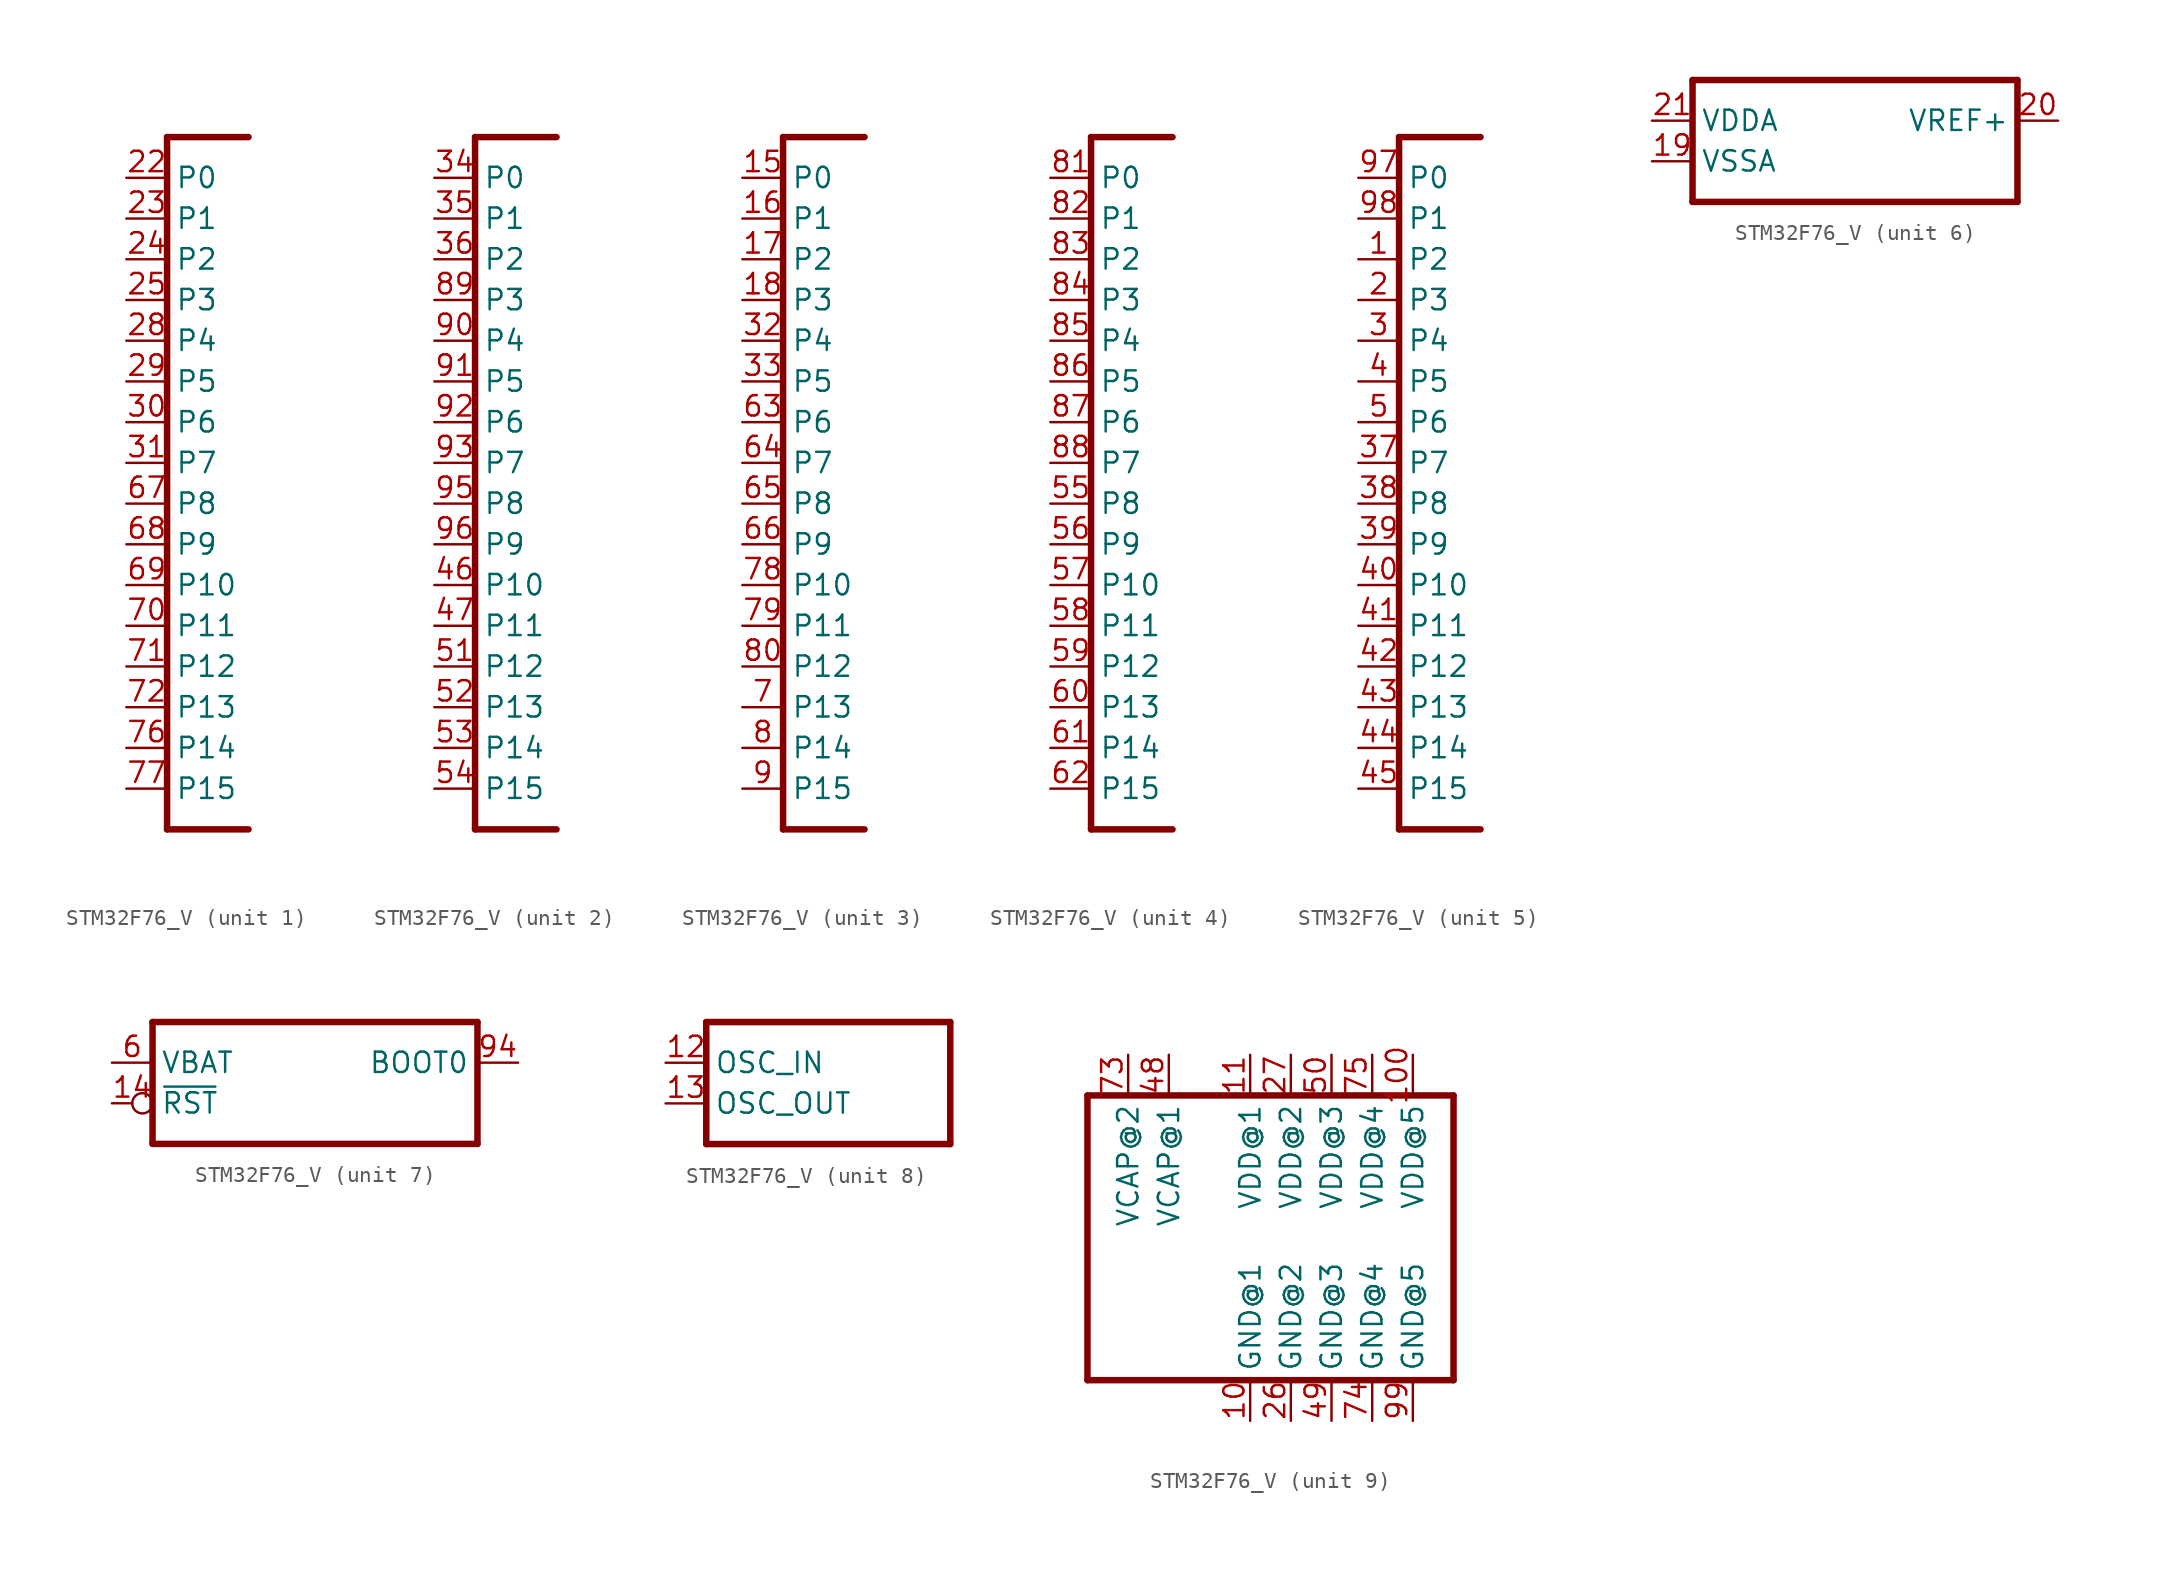
<source format=kicad_sym>
(kicad_symbol_lib
  (version 20231120)
  (generator "kicad_symbol_editor")
  (generator_version "8.0")
  (symbol "STM32F76_V"
    (property "Reference" "IC"
      (at 15.24 -7.62 90)
      (effects (font (size 1.27 1.079)) (justify left bottom) (hide yes)))
    (property "ki_locked" ""
      (at 0 0 0)
      (effects (font (size 1.27 1.27))))
    (symbol "STM32F76_V_1_0"
      (polyline (pts (xy -2.54 -22.86) (xy 2.54 -22.86)) (stroke (width 0.406) (type solid)) (fill (type none)))
      (polyline (pts (xy -2.54 20.32) (xy -2.54 -22.86)) (stroke (width 0.406) (type solid)) (fill (type none)))
      (polyline (pts (xy 2.54 20.32) (xy -2.54 20.32)) (stroke (width 0.406) (type solid)) (fill (type none)))
      (pin bidirectional line (at -5.08 17.78 0) (length 2.54) (name "P0" (effects (font (size 1.27 1.27)))) (number "22" (effects (font (size 1.27 1.27)))))
      (pin bidirectional line (at -5.08 15.24 0) (length 2.54) (name "P1" (effects (font (size 1.27 1.27)))) (number "23" (effects (font (size 1.27 1.27)))))
      (pin bidirectional line (at -5.08 12.7 0) (length 2.54) (name "P2" (effects (font (size 1.27 1.27)))) (number "24" (effects (font (size 1.27 1.27)))))
      (pin bidirectional line (at -5.08 10.16 0) (length 2.54) (name "P3" (effects (font (size 1.27 1.27)))) (number "25" (effects (font (size 1.27 1.27)))))
      (pin bidirectional line (at -5.08 7.62 0) (length 2.54) (name "P4" (effects (font (size 1.27 1.27)))) (number "28" (effects (font (size 1.27 1.27)))))
      (pin bidirectional line (at -5.08 5.08 0) (length 2.54) (name "P5" (effects (font (size 1.27 1.27)))) (number "29" (effects (font (size 1.27 1.27)))))
      (pin bidirectional line (at -5.08 2.54 0) (length 2.54) (name "P6" (effects (font (size 1.27 1.27)))) (number "30" (effects (font (size 1.27 1.27)))))
      (pin bidirectional line (at -5.08 0 0) (length 2.54) (name "P7" (effects (font (size 1.27 1.27)))) (number "31" (effects (font (size 1.27 1.27)))))
      (pin bidirectional line (at -5.08 -2.54 0) (length 2.54) (name "P8" (effects (font (size 1.27 1.27)))) (number "67" (effects (font (size 1.27 1.27)))))
      (pin bidirectional line (at -5.08 -5.08 0) (length 2.54) (name "P9" (effects (font (size 1.27 1.27)))) (number "68" (effects (font (size 1.27 1.27)))))
      (pin bidirectional line (at -5.08 -7.62 0) (length 2.54) (name "P10" (effects (font (size 1.27 1.27)))) (number "69" (effects (font (size 1.27 1.27)))))
      (pin bidirectional line (at -5.08 -10.16 0) (length 2.54) (name "P11" (effects (font (size 1.27 1.27)))) (number "70" (effects (font (size 1.27 1.27)))))
      (pin bidirectional line (at -5.08 -12.7 0) (length 2.54) (name "P12" (effects (font (size 1.27 1.27)))) (number "71" (effects (font (size 1.27 1.27)))))
      (pin bidirectional line (at -5.08 -15.24 0) (length 2.54) (name "P13" (effects (font (size 1.27 1.27)))) (number "72" (effects (font (size 1.27 1.27)))))
      (pin bidirectional line (at -5.08 -17.78 0) (length 2.54) (name "P14" (effects (font (size 1.27 1.27)))) (number "76" (effects (font (size 1.27 1.27)))))
      (pin bidirectional line (at -5.08 -20.32 0) (length 2.54) (name "P15" (effects (font (size 1.27 1.27)))) (number "77" (effects (font (size 1.27 1.27))))))
    (symbol "STM32F76_V_2_0"
      (polyline (pts (xy -2.54 -22.86) (xy 2.54 -22.86)) (stroke (width 0.406) (type solid)) (fill (type none)))
      (polyline (pts (xy -2.54 20.32) (xy -2.54 -22.86)) (stroke (width 0.406) (type solid)) (fill (type none)))
      (polyline (pts (xy 2.54 20.32) (xy -2.54 20.32)) (stroke (width 0.406) (type solid)) (fill (type none)))
      (pin bidirectional line (at -5.08 17.78 0) (length 2.54) (name "P0" (effects (font (size 1.27 1.27)))) (number "34" (effects (font (size 1.27 1.27)))))
      (pin bidirectional line (at -5.08 15.24 0) (length 2.54) (name "P1" (effects (font (size 1.27 1.27)))) (number "35" (effects (font (size 1.27 1.27)))))
      (pin bidirectional line (at -5.08 12.7 0) (length 2.54) (name "P2" (effects (font (size 1.27 1.27)))) (number "36" (effects (font (size 1.27 1.27)))))
      (pin bidirectional line (at -5.08 -7.62 0) (length 2.54) (name "P10" (effects (font (size 1.27 1.27)))) (number "46" (effects (font (size 1.27 1.27)))))
      (pin bidirectional line (at -5.08 -10.16 0) (length 2.54) (name "P11" (effects (font (size 1.27 1.27)))) (number "47" (effects (font (size 1.27 1.27)))))
      (pin bidirectional line (at -5.08 -12.7 0) (length 2.54) (name "P12" (effects (font (size 1.27 1.27)))) (number "51" (effects (font (size 1.27 1.27)))))
      (pin bidirectional line (at -5.08 -15.24 0) (length 2.54) (name "P13" (effects (font (size 1.27 1.27)))) (number "52" (effects (font (size 1.27 1.27)))))
      (pin bidirectional line (at -5.08 -17.78 0) (length 2.54) (name "P14" (effects (font (size 1.27 1.27)))) (number "53" (effects (font (size 1.27 1.27)))))
      (pin bidirectional line (at -5.08 -20.32 0) (length 2.54) (name "P15" (effects (font (size 1.27 1.27)))) (number "54" (effects (font (size 1.27 1.27)))))
      (pin bidirectional line (at -5.08 10.16 0) (length 2.54) (name "P3" (effects (font (size 1.27 1.27)))) (number "89" (effects (font (size 1.27 1.27)))))
      (pin bidirectional line (at -5.08 7.62 0) (length 2.54) (name "P4" (effects (font (size 1.27 1.27)))) (number "90" (effects (font (size 1.27 1.27)))))
      (pin bidirectional line (at -5.08 5.08 0) (length 2.54) (name "P5" (effects (font (size 1.27 1.27)))) (number "91" (effects (font (size 1.27 1.27)))))
      (pin bidirectional line (at -5.08 2.54 0) (length 2.54) (name "P6" (effects (font (size 1.27 1.27)))) (number "92" (effects (font (size 1.27 1.27)))))
      (pin bidirectional line (at -5.08 0 0) (length 2.54) (name "P7" (effects (font (size 1.27 1.27)))) (number "93" (effects (font (size 1.27 1.27)))))
      (pin bidirectional line (at -5.08 -2.54 0) (length 2.54) (name "P8" (effects (font (size 1.27 1.27)))) (number "95" (effects (font (size 1.27 1.27)))))
      (pin bidirectional line (at -5.08 -5.08 0) (length 2.54) (name "P9" (effects (font (size 1.27 1.27)))) (number "96" (effects (font (size 1.27 1.27))))))
    (symbol "STM32F76_V_3_0"
      (polyline (pts (xy -2.54 -22.86) (xy 2.54 -22.86)) (stroke (width 0.406) (type solid)) (fill (type none)))
      (polyline (pts (xy -2.54 20.32) (xy -2.54 -22.86)) (stroke (width 0.406) (type solid)) (fill (type none)))
      (polyline (pts (xy 2.54 20.32) (xy -2.54 20.32)) (stroke (width 0.406) (type solid)) (fill (type none)))
      (pin bidirectional line (at -5.08 17.78 0) (length 2.54) (name "P0" (effects (font (size 1.27 1.27)))) (number "15" (effects (font (size 1.27 1.27)))))
      (pin bidirectional line (at -5.08 15.24 0) (length 2.54) (name "P1" (effects (font (size 1.27 1.27)))) (number "16" (effects (font (size 1.27 1.27)))))
      (pin bidirectional line (at -5.08 12.7 0) (length 2.54) (name "P2" (effects (font (size 1.27 1.27)))) (number "17" (effects (font (size 1.27 1.27)))))
      (pin bidirectional line (at -5.08 10.16 0) (length 2.54) (name "P3" (effects (font (size 1.27 1.27)))) (number "18" (effects (font (size 1.27 1.27)))))
      (pin bidirectional line (at -5.08 7.62 0) (length 2.54) (name "P4" (effects (font (size 1.27 1.27)))) (number "32" (effects (font (size 1.27 1.27)))))
      (pin bidirectional line (at -5.08 5.08 0) (length 2.54) (name "P5" (effects (font (size 1.27 1.27)))) (number "33" (effects (font (size 1.27 1.27)))))
      (pin bidirectional line (at -5.08 2.54 0) (length 2.54) (name "P6" (effects (font (size 1.27 1.27)))) (number "63" (effects (font (size 1.27 1.27)))))
      (pin bidirectional line (at -5.08 0 0) (length 2.54) (name "P7" (effects (font (size 1.27 1.27)))) (number "64" (effects (font (size 1.27 1.27)))))
      (pin bidirectional line (at -5.08 -2.54 0) (length 2.54) (name "P8" (effects (font (size 1.27 1.27)))) (number "65" (effects (font (size 1.27 1.27)))))
      (pin bidirectional line (at -5.08 -5.08 0) (length 2.54) (name "P9" (effects (font (size 1.27 1.27)))) (number "66" (effects (font (size 1.27 1.27)))))
      (pin bidirectional line (at -5.08 -15.24 0) (length 2.54) (name "P13" (effects (font (size 1.27 1.27)))) (number "7" (effects (font (size 1.27 1.27)))))
      (pin bidirectional line (at -5.08 -7.62 0) (length 2.54) (name "P10" (effects (font (size 1.27 1.27)))) (number "78" (effects (font (size 1.27 1.27)))))
      (pin bidirectional line (at -5.08 -10.16 0) (length 2.54) (name "P11" (effects (font (size 1.27 1.27)))) (number "79" (effects (font (size 1.27 1.27)))))
      (pin bidirectional line (at -5.08 -17.78 0) (length 2.54) (name "P14" (effects (font (size 1.27 1.27)))) (number "8" (effects (font (size 1.27 1.27)))))
      (pin bidirectional line (at -5.08 -12.7 0) (length 2.54) (name "P12" (effects (font (size 1.27 1.27)))) (number "80" (effects (font (size 1.27 1.27)))))
      (pin bidirectional line (at -5.08 -20.32 0) (length 2.54) (name "P15" (effects (font (size 1.27 1.27)))) (number "9" (effects (font (size 1.27 1.27))))))
    (symbol "STM32F76_V_4_0"
      (polyline (pts (xy -2.54 -22.86) (xy 2.54 -22.86)) (stroke (width 0.406) (type solid)) (fill (type none)))
      (polyline (pts (xy -2.54 20.32) (xy -2.54 -22.86)) (stroke (width 0.406) (type solid)) (fill (type none)))
      (polyline (pts (xy 2.54 20.32) (xy -2.54 20.32)) (stroke (width 0.406) (type solid)) (fill (type none)))
      (pin bidirectional line (at -5.08 -2.54 0) (length 2.54) (name "P8" (effects (font (size 1.27 1.27)))) (number "55" (effects (font (size 1.27 1.27)))))
      (pin bidirectional line (at -5.08 -5.08 0) (length 2.54) (name "P9" (effects (font (size 1.27 1.27)))) (number "56" (effects (font (size 1.27 1.27)))))
      (pin bidirectional line (at -5.08 -7.62 0) (length 2.54) (name "P10" (effects (font (size 1.27 1.27)))) (number "57" (effects (font (size 1.27 1.27)))))
      (pin bidirectional line (at -5.08 -10.16 0) (length 2.54) (name "P11" (effects (font (size 1.27 1.27)))) (number "58" (effects (font (size 1.27 1.27)))))
      (pin bidirectional line (at -5.08 -12.7 0) (length 2.54) (name "P12" (effects (font (size 1.27 1.27)))) (number "59" (effects (font (size 1.27 1.27)))))
      (pin bidirectional line (at -5.08 -15.24 0) (length 2.54) (name "P13" (effects (font (size 1.27 1.27)))) (number "60" (effects (font (size 1.27 1.27)))))
      (pin bidirectional line (at -5.08 -17.78 0) (length 2.54) (name "P14" (effects (font (size 1.27 1.27)))) (number "61" (effects (font (size 1.27 1.27)))))
      (pin bidirectional line (at -5.08 -20.32 0) (length 2.54) (name "P15" (effects (font (size 1.27 1.27)))) (number "62" (effects (font (size 1.27 1.27)))))
      (pin bidirectional line (at -5.08 17.78 0) (length 2.54) (name "P0" (effects (font (size 1.27 1.27)))) (number "81" (effects (font (size 1.27 1.27)))))
      (pin bidirectional line (at -5.08 15.24 0) (length 2.54) (name "P1" (effects (font (size 1.27 1.27)))) (number "82" (effects (font (size 1.27 1.27)))))
      (pin bidirectional line (at -5.08 12.7 0) (length 2.54) (name "P2" (effects (font (size 1.27 1.27)))) (number "83" (effects (font (size 1.27 1.27)))))
      (pin bidirectional line (at -5.08 10.16 0) (length 2.54) (name "P3" (effects (font (size 1.27 1.27)))) (number "84" (effects (font (size 1.27 1.27)))))
      (pin bidirectional line (at -5.08 7.62 0) (length 2.54) (name "P4" (effects (font (size 1.27 1.27)))) (number "85" (effects (font (size 1.27 1.27)))))
      (pin bidirectional line (at -5.08 5.08 0) (length 2.54) (name "P5" (effects (font (size 1.27 1.27)))) (number "86" (effects (font (size 1.27 1.27)))))
      (pin bidirectional line (at -5.08 2.54 0) (length 2.54) (name "P6" (effects (font (size 1.27 1.27)))) (number "87" (effects (font (size 1.27 1.27)))))
      (pin bidirectional line (at -5.08 0 0) (length 2.54) (name "P7" (effects (font (size 1.27 1.27)))) (number "88" (effects (font (size 1.27 1.27))))))
    (symbol "STM32F76_V_5_0"
      (polyline (pts (xy -2.54 -22.86) (xy 2.54 -22.86)) (stroke (width 0.406) (type solid)) (fill (type none)))
      (polyline (pts (xy -2.54 20.32) (xy -2.54 -22.86)) (stroke (width 0.406) (type solid)) (fill (type none)))
      (polyline (pts (xy 2.54 20.32) (xy -2.54 20.32)) (stroke (width 0.406) (type solid)) (fill (type none)))
      (pin bidirectional line (at -5.08 12.7 0) (length 2.54) (name "P2" (effects (font (size 1.27 1.27)))) (number "1" (effects (font (size 1.27 1.27)))))
      (pin bidirectional line (at -5.08 10.16 0) (length 2.54) (name "P3" (effects (font (size 1.27 1.27)))) (number "2" (effects (font (size 1.27 1.27)))))
      (pin bidirectional line (at -5.08 7.62 0) (length 2.54) (name "P4" (effects (font (size 1.27 1.27)))) (number "3" (effects (font (size 1.27 1.27)))))
      (pin bidirectional line (at -5.08 0 0) (length 2.54) (name "P7" (effects (font (size 1.27 1.27)))) (number "37" (effects (font (size 1.27 1.27)))))
      (pin bidirectional line (at -5.08 -2.54 0) (length 2.54) (name "P8" (effects (font (size 1.27 1.27)))) (number "38" (effects (font (size 1.27 1.27)))))
      (pin bidirectional line (at -5.08 -5.08 0) (length 2.54) (name "P9" (effects (font (size 1.27 1.27)))) (number "39" (effects (font (size 1.27 1.27)))))
      (pin bidirectional line (at -5.08 5.08 0) (length 2.54) (name "P5" (effects (font (size 1.27 1.27)))) (number "4" (effects (font (size 1.27 1.27)))))
      (pin bidirectional line (at -5.08 -7.62 0) (length 2.54) (name "P10" (effects (font (size 1.27 1.27)))) (number "40" (effects (font (size 1.27 1.27)))))
      (pin bidirectional line (at -5.08 -10.16 0) (length 2.54) (name "P11" (effects (font (size 1.27 1.27)))) (number "41" (effects (font (size 1.27 1.27)))))
      (pin bidirectional line (at -5.08 -12.7 0) (length 2.54) (name "P12" (effects (font (size 1.27 1.27)))) (number "42" (effects (font (size 1.27 1.27)))))
      (pin bidirectional line (at -5.08 -15.24 0) (length 2.54) (name "P13" (effects (font (size 1.27 1.27)))) (number "43" (effects (font (size 1.27 1.27)))))
      (pin bidirectional line (at -5.08 -17.78 0) (length 2.54) (name "P14" (effects (font (size 1.27 1.27)))) (number "44" (effects (font (size 1.27 1.27)))))
      (pin bidirectional line (at -5.08 -20.32 0) (length 2.54) (name "P15" (effects (font (size 1.27 1.27)))) (number "45" (effects (font (size 1.27 1.27)))))
      (pin bidirectional line (at -5.08 2.54 0) (length 2.54) (name "P6" (effects (font (size 1.27 1.27)))) (number "5" (effects (font (size 1.27 1.27)))))
      (pin bidirectional line (at -5.08 17.78 0) (length 2.54) (name "P0" (effects (font (size 1.27 1.27)))) (number "97" (effects (font (size 1.27 1.27)))))
      (pin bidirectional line (at -5.08 15.24 0) (length 2.54) (name "P1" (effects (font (size 1.27 1.27)))) (number "98" (effects (font (size 1.27 1.27))))))
    (symbol "STM32F76_V_6_0"
      (polyline (pts (xy -10.16 -2.54) (xy 10.16 -2.54)) (stroke (width 0.406) (type solid)) (fill (type none)))
      (polyline (pts (xy -10.16 5.08) (xy -10.16 -2.54)) (stroke (width 0.406) (type solid)) (fill (type none)))
      (polyline (pts (xy 10.16 -2.54) (xy 10.16 5.08)) (stroke (width 0.406) (type solid)) (fill (type none)))
      (polyline (pts (xy 10.16 5.08) (xy -10.16 5.08)) (stroke (width 0.406) (type solid)) (fill (type none)))
      (pin power_in line (at -12.7 0 0) (length 2.54) (name "VSSA" (effects (font (size 1.27 1.27)))) (number "19" (effects (font (size 1.27 1.27)))))
      (pin passive line (at 12.7 2.54 180) (length 2.54) (name "VREF+" (effects (font (size 1.27 1.27)))) (number "20" (effects (font (size 1.27 1.27)))))
      (pin power_in line (at -12.7 2.54 0) (length 2.54) (name "VDDA" (effects (font (size 1.27 1.27)))) (number "21" (effects (font (size 1.27 1.27))))))
    (symbol "STM32F76_V_7_0"
      (polyline (pts (xy -10.16 -2.54) (xy 10.16 -2.54)) (stroke (width 0.406) (type solid)) (fill (type none)))
      (polyline (pts (xy -10.16 5.08) (xy -10.16 -2.54)) (stroke (width 0.406) (type solid)) (fill (type none)))
      (polyline (pts (xy 10.16 -2.54) (xy 10.16 5.08)) (stroke (width 0.406) (type solid)) (fill (type none)))
      (polyline (pts (xy 10.16 5.08) (xy -10.16 5.08)) (stroke (width 0.406) (type solid)) (fill (type none)))
      (pin input inverted (at -12.7 0 0) (length 2.54) (name "~{RST}" (effects (font (size 1.27 1.27)))) (number "14" (effects (font (size 1.27 1.27)))))
      (pin passive line (at -12.7 2.54 0) (length 2.54) (name "VBAT" (effects (font (size 1.27 1.27)))) (number "6" (effects (font (size 1.27 1.27)))))
      (pin input line (at 12.7 2.54 180) (length 2.54) (name "BOOT0" (effects (font (size 1.27 1.27)))) (number "94" (effects (font (size 1.27 1.27))))))
    (symbol "STM32F76_V_8_0"
      (polyline (pts (xy -7.62 -2.54) (xy 7.62 -2.54)) (stroke (width 0.406) (type solid)) (fill (type none)))
      (polyline (pts (xy -7.62 5.08) (xy -7.62 -2.54)) (stroke (width 0.406) (type solid)) (fill (type none)))
      (polyline (pts (xy 7.62 -2.54) (xy 7.62 5.08)) (stroke (width 0.406) (type solid)) (fill (type none)))
      (polyline (pts (xy 7.62 5.08) (xy -7.62 5.08)) (stroke (width 0.406) (type solid)) (fill (type none)))
      (pin passive line (at -10.16 2.54 0) (length 2.54) (name "OSC_IN" (effects (font (size 1.27 1.27)))) (number "12" (effects (font (size 1.27 1.27)))))
      (pin passive line (at -10.16 0 0) (length 2.54) (name "OSC_OUT" (effects (font (size 1.27 1.27)))) (number "13" (effects (font (size 1.27 1.27))))))
    (symbol "STM32F76_V_9_0"
      (polyline (pts (xy -10.16 -10.16) (xy -10.16 7.62)) (stroke (width 0.406) (type solid)) (fill (type none)))
      (polyline (pts (xy -10.16 7.62) (xy 12.7 7.62)) (stroke (width 0.406) (type solid)) (fill (type none)))
      (polyline (pts (xy 12.7 -10.16) (xy -10.16 -10.16)) (stroke (width 0.406) (type solid)) (fill (type none)))
      (polyline (pts (xy 12.7 7.62) (xy 12.7 -10.16)) (stroke (width 0.406) (type solid)) (fill (type none)))
      (pin power_in line (at 0 -12.7 90) (length 2.54) (name "GND@1" (effects (font (size 1.27 1.27)))) (number "10" (effects (font (size 1.27 1.27)))))
      (pin power_in line (at 10.16 10.16 270) (length 2.54) (name "VDD@5" (effects (font (size 1.27 1.27)))) (number "100" (effects (font (size 1.27 1.27)))))
      (pin power_in line (at 0 10.16 270) (length 2.54) (name "VDD@1" (effects (font (size 1.27 1.27)))) (number "11" (effects (font (size 1.27 1.27)))))
      (pin power_in line (at 2.54 -12.7 90) (length 2.54) (name "GND@2" (effects (font (size 1.27 1.27)))) (number "26" (effects (font (size 1.27 1.27)))))
      (pin power_in line (at 2.54 10.16 270) (length 2.54) (name "VDD@2" (effects (font (size 1.27 1.27)))) (number "27" (effects (font (size 1.27 1.27)))))
      (pin power_in line (at -5.08 10.16 270) (length 2.54) (name "VCAP@1" (effects (font (size 1.27 1.27)))) (number "48" (effects (font (size 1.27 1.27)))))
      (pin power_in line (at 5.08 -12.7 90) (length 2.54) (name "GND@3" (effects (font (size 1.27 1.27)))) (number "49" (effects (font (size 1.27 1.27)))))
      (pin power_in line (at 5.08 10.16 270) (length 2.54) (name "VDD@3" (effects (font (size 1.27 1.27)))) (number "50" (effects (font (size 1.27 1.27)))))
      (pin power_in line (at -7.62 10.16 270) (length 2.54) (name "VCAP@2" (effects (font (size 1.27 1.27)))) (number "73" (effects (font (size 1.27 1.27)))))
      (pin power_in line (at 7.62 -12.7 90) (length 2.54) (name "GND@4" (effects (font (size 1.27 1.27)))) (number "74" (effects (font (size 1.27 1.27)))))
      (pin power_in line (at 7.62 10.16 270) (length 2.54) (name "VDD@4" (effects (font (size 1.27 1.27)))) (number "75" (effects (font (size 1.27 1.27)))))
      (pin power_in line (at 10.16 -12.7 90) (length 2.54) (name "GND@5" (effects (font (size 1.27 1.27)))) (number "99" (effects (font (size 1.27 1.27))))))))
</source>
